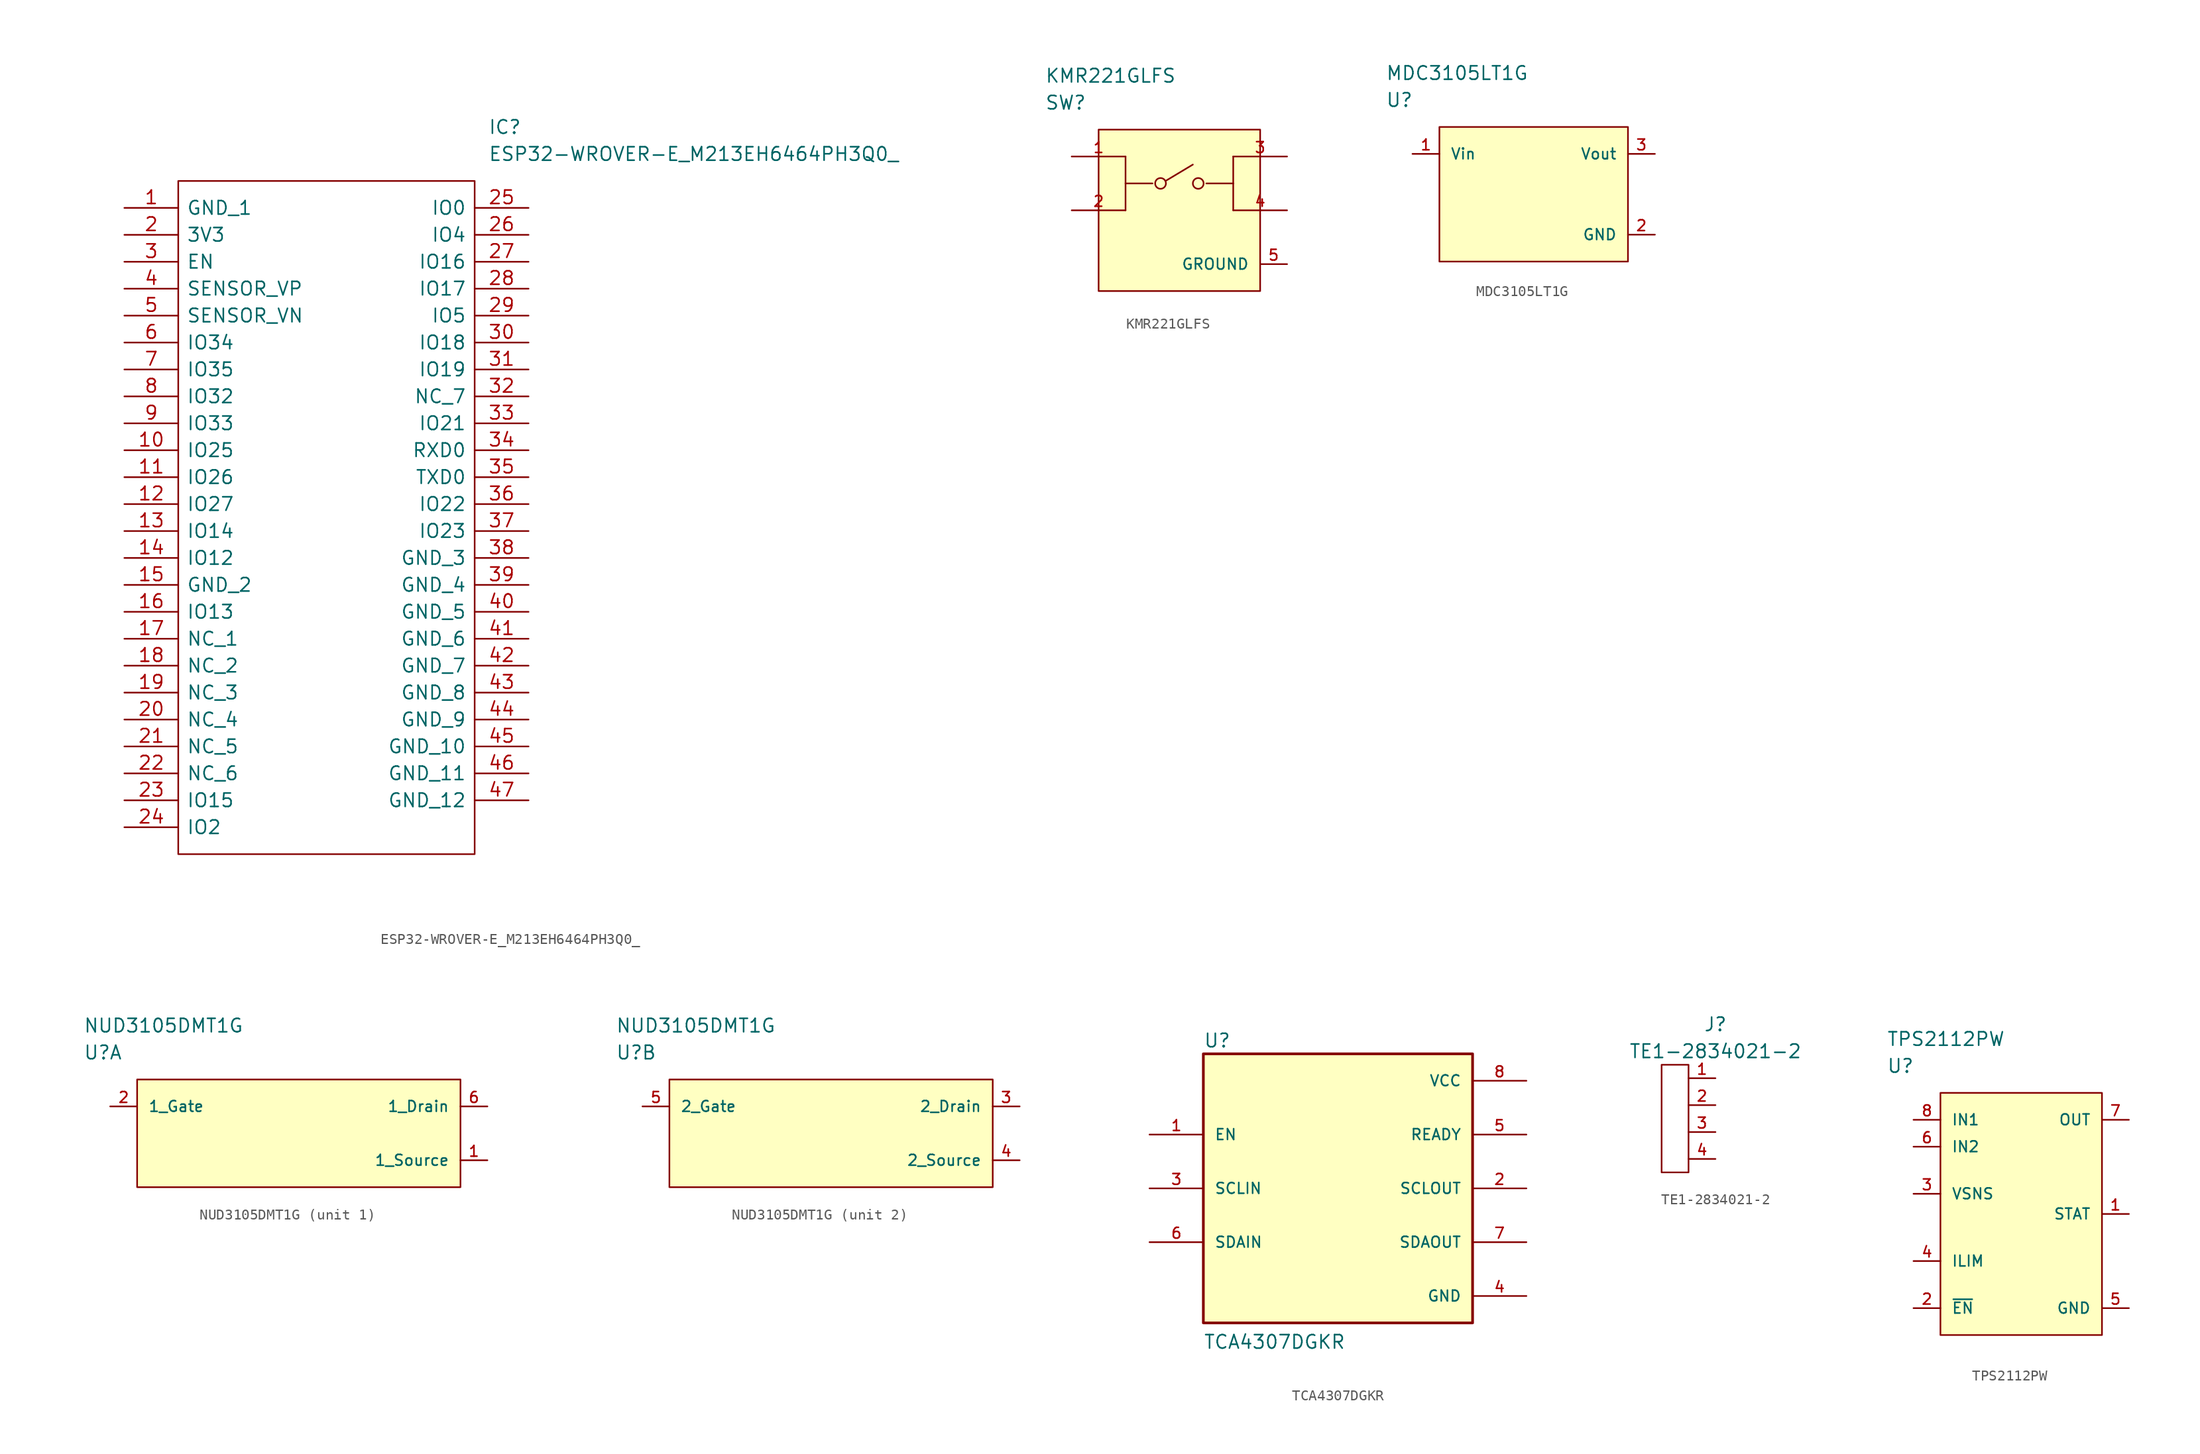
<source format=kicad_sym>
(kicad_symbol_lib
  (version 20201005)
  (generator kicad_symbol_editor)
  (symbol "reptile-monitor:ESP32-WROVER-E_M213EH6464PH3Q0_"
    (pin_names
      (offset 0.762))
    (property "Reference" "IC"
      (at 34.29 7.62 0)
      (effects (font (size 1.27 1.27)) (justify left)))
    (property "Value" "ESP32-WROVER-E_M213EH6464PH3Q0_"
      (at 34.29 5.08 0)
      (effects (font (size 1.27 1.27)) (justify left)))
    (symbol "ESP32-WROVER-E_M213EH6464PH3Q0__0_0"
      (pin passive line (at 0 0 0) (length 5.08) (name "GND_1" (effects (font (size 1.27 1.27)))) (number "1" (effects (font (size 1.27 1.27)))))
      (pin passive line (at 0 -22.86 0) (length 5.08) (name "IO25" (effects (font (size 1.27 1.27)))) (number "10" (effects (font (size 1.27 1.27)))))
      (pin passive line (at 0 -25.4 0) (length 5.08) (name "IO26" (effects (font (size 1.27 1.27)))) (number "11" (effects (font (size 1.27 1.27)))))
      (pin passive line (at 0 -27.94 0) (length 5.08) (name "IO27" (effects (font (size 1.27 1.27)))) (number "12" (effects (font (size 1.27 1.27)))))
      (pin passive line (at 0 -30.48 0) (length 5.08) (name "IO14" (effects (font (size 1.27 1.27)))) (number "13" (effects (font (size 1.27 1.27)))))
      (pin passive line (at 0 -33.02 0) (length 5.08) (name "IO12" (effects (font (size 1.27 1.27)))) (number "14" (effects (font (size 1.27 1.27)))))
      (pin passive line (at 0 -35.56 0) (length 5.08) (name "GND_2" (effects (font (size 1.27 1.27)))) (number "15" (effects (font (size 1.27 1.27)))))
      (pin passive line (at 0 -38.1 0) (length 5.08) (name "IO13" (effects (font (size 1.27 1.27)))) (number "16" (effects (font (size 1.27 1.27)))))
      (pin passive line (at 0 -40.64 0) (length 5.08) (name "NC_1" (effects (font (size 1.27 1.27)))) (number "17" (effects (font (size 1.27 1.27)))))
      (pin passive line (at 0 -43.18 0) (length 5.08) (name "NC_2" (effects (font (size 1.27 1.27)))) (number "18" (effects (font (size 1.27 1.27)))))
      (pin passive line (at 0 -45.72 0) (length 5.08) (name "NC_3" (effects (font (size 1.27 1.27)))) (number "19" (effects (font (size 1.27 1.27)))))
      (pin passive line (at 0 -2.54 0) (length 5.08) (name "3V3" (effects (font (size 1.27 1.27)))) (number "2" (effects (font (size 1.27 1.27)))))
      (pin passive line (at 0 -48.26 0) (length 5.08) (name "NC_4" (effects (font (size 1.27 1.27)))) (number "20" (effects (font (size 1.27 1.27)))))
      (pin passive line (at 0 -50.8 0) (length 5.08) (name "NC_5" (effects (font (size 1.27 1.27)))) (number "21" (effects (font (size 1.27 1.27)))))
      (pin passive line (at 0 -53.34 0) (length 5.08) (name "NC_6" (effects (font (size 1.27 1.27)))) (number "22" (effects (font (size 1.27 1.27)))))
      (pin passive line (at 0 -55.88 0) (length 5.08) (name "IO15" (effects (font (size 1.27 1.27)))) (number "23" (effects (font (size 1.27 1.27)))))
      (pin passive line (at 0 -58.42 0) (length 5.08) (name "IO2" (effects (font (size 1.27 1.27)))) (number "24" (effects (font (size 1.27 1.27)))))
      (pin passive line (at 38.1 0 180) (length 5.08) (name "IO0" (effects (font (size 1.27 1.27)))) (number "25" (effects (font (size 1.27 1.27)))))
      (pin passive line (at 38.1 -2.54 180) (length 5.08) (name "IO4" (effects (font (size 1.27 1.27)))) (number "26" (effects (font (size 1.27 1.27)))))
      (pin passive line (at 38.1 -5.08 180) (length 5.08) (name "IO16" (effects (font (size 1.27 1.27)))) (number "27" (effects (font (size 1.27 1.27)))))
      (pin passive line (at 38.1 -7.62 180) (length 5.08) (name "IO17" (effects (font (size 1.27 1.27)))) (number "28" (effects (font (size 1.27 1.27)))))
      (pin passive line (at 38.1 -10.16 180) (length 5.08) (name "IO5" (effects (font (size 1.27 1.27)))) (number "29" (effects (font (size 1.27 1.27)))))
      (pin passive line (at 0 -5.08 0) (length 5.08) (name "EN" (effects (font (size 1.27 1.27)))) (number "3" (effects (font (size 1.27 1.27)))))
      (pin passive line (at 38.1 -12.7 180) (length 5.08) (name "IO18" (effects (font (size 1.27 1.27)))) (number "30" (effects (font (size 1.27 1.27)))))
      (pin passive line (at 38.1 -15.24 180) (length 5.08) (name "IO19" (effects (font (size 1.27 1.27)))) (number "31" (effects (font (size 1.27 1.27)))))
      (pin passive line (at 38.1 -17.78 180) (length 5.08) (name "NC_7" (effects (font (size 1.27 1.27)))) (number "32" (effects (font (size 1.27 1.27)))))
      (pin passive line (at 38.1 -20.32 180) (length 5.08) (name "IO21" (effects (font (size 1.27 1.27)))) (number "33" (effects (font (size 1.27 1.27)))))
      (pin passive line (at 38.1 -22.86 180) (length 5.08) (name "RXD0" (effects (font (size 1.27 1.27)))) (number "34" (effects (font (size 1.27 1.27)))))
      (pin passive line (at 38.1 -25.4 180) (length 5.08) (name "TXD0" (effects (font (size 1.27 1.27)))) (number "35" (effects (font (size 1.27 1.27)))))
      (pin passive line (at 38.1 -27.94 180) (length 5.08) (name "IO22" (effects (font (size 1.27 1.27)))) (number "36" (effects (font (size 1.27 1.27)))))
      (pin passive line (at 38.1 -30.48 180) (length 5.08) (name "IO23" (effects (font (size 1.27 1.27)))) (number "37" (effects (font (size 1.27 1.27)))))
      (pin passive line (at 38.1 -33.02 180) (length 5.08) (name "GND_3" (effects (font (size 1.27 1.27)))) (number "38" (effects (font (size 1.27 1.27)))))
      (pin passive line (at 38.1 -35.56 180) (length 5.08) (name "GND_4" (effects (font (size 1.27 1.27)))) (number "39" (effects (font (size 1.27 1.27)))))
      (pin passive line (at 0 -7.62 0) (length 5.08) (name "SENSOR_VP" (effects (font (size 1.27 1.27)))) (number "4" (effects (font (size 1.27 1.27)))))
      (pin passive line (at 38.1 -38.1 180) (length 5.08) (name "GND_5" (effects (font (size 1.27 1.27)))) (number "40" (effects (font (size 1.27 1.27)))))
      (pin passive line (at 38.1 -40.64 180) (length 5.08) (name "GND_6" (effects (font (size 1.27 1.27)))) (number "41" (effects (font (size 1.27 1.27)))))
      (pin passive line (at 38.1 -43.18 180) (length 5.08) (name "GND_7" (effects (font (size 1.27 1.27)))) (number "42" (effects (font (size 1.27 1.27)))))
      (pin passive line (at 38.1 -45.72 180) (length 5.08) (name "GND_8" (effects (font (size 1.27 1.27)))) (number "43" (effects (font (size 1.27 1.27)))))
      (pin passive line (at 38.1 -48.26 180) (length 5.08) (name "GND_9" (effects (font (size 1.27 1.27)))) (number "44" (effects (font (size 1.27 1.27)))))
      (pin passive line (at 38.1 -50.8 180) (length 5.08) (name "GND_10" (effects (font (size 1.27 1.27)))) (number "45" (effects (font (size 1.27 1.27)))))
      (pin passive line (at 38.1 -53.34 180) (length 5.08) (name "GND_11" (effects (font (size 1.27 1.27)))) (number "46" (effects (font (size 1.27 1.27)))))
      (pin passive line (at 38.1 -55.88 180) (length 5.08) (name "GND_12" (effects (font (size 1.27 1.27)))) (number "47" (effects (font (size 1.27 1.27)))))
      (pin passive line (at 0 -10.16 0) (length 5.08) (name "SENSOR_VN" (effects (font (size 1.27 1.27)))) (number "5" (effects (font (size 1.27 1.27)))))
      (pin passive line (at 0 -12.7 0) (length 5.08) (name "IO34" (effects (font (size 1.27 1.27)))) (number "6" (effects (font (size 1.27 1.27)))))
      (pin passive line (at 0 -15.24 0) (length 5.08) (name "IO35" (effects (font (size 1.27 1.27)))) (number "7" (effects (font (size 1.27 1.27)))))
      (pin passive line (at 0 -17.78 0) (length 5.08) (name "IO32" (effects (font (size 1.27 1.27)))) (number "8" (effects (font (size 1.27 1.27)))))
      (pin passive line (at 0 -20.32 0) (length 5.08) (name "IO33" (effects (font (size 1.27 1.27)))) (number "9" (effects (font (size 1.27 1.27))))))
    (symbol "ESP32-WROVER-E_M213EH6464PH3Q0__0_1"
      (polyline (pts (xy 5.08 2.54) (xy 33.02 2.54) (xy 33.02 -60.96) (xy 5.08 -60.96) (xy 5.08 2.54)) (stroke (width 0.152)) (fill (type none)))))
  (symbol "reptile-monitor:KMR221GLFS"
    (pin_names
      (offset 1.016))
    (property "Reference" "SW"
      (at 0 5.08 0)
      (effects (font (size 1.27 1.27)) (justify left)))
    (property "Value" "KMR221GLFS"
      (at 0 7.62 0)
      (effects (font (size 1.27 1.27)) (justify left)))
    (symbol "KMR221GLFS_1_1"
      (circle (center 10.922 -2.54) (radius 0.508) (stroke (width 0)) (fill (type none)))
      (circle (center 14.478 -2.54) (radius 0.508) (stroke (width 0)) (fill (type none)))
      (rectangle (start 5.08 2.54) (end 20.32 -12.7) (stroke (width 0)) (fill (type background)))
      (polyline (pts (xy 7.62 -5.08) (xy 7.62 -2.54)) (stroke (width 0)) (fill (type none)))
      (polyline (pts (xy 7.62 -2.54) (xy 10.16 -2.54)) (stroke (width 0)) (fill (type none)))
      (polyline (pts (xy 7.62 0) (xy 7.62 -2.54)) (stroke (width 0)) (fill (type none)))
      (polyline (pts (xy 11.43 -2.286) (xy 13.97 -0.762)) (stroke (width 0)) (fill (type none)))
      (polyline (pts (xy 15.24 -2.54) (xy 17.78 -2.54)) (stroke (width 0)) (fill (type none)))
      (polyline (pts (xy 17.78 -2.54) (xy 17.78 -5.08)) (stroke (width 0)) (fill (type none)))
      (polyline (pts (xy 17.78 -2.54) (xy 17.78 0)) (stroke (width 0)) (fill (type none)))
      (pin passive line (at 2.54 0 0) (length 5.08) (name "1" (effects (font (size 0 0)))) (number "1" (effects (font (size 1.016 1.016)))))
      (pin passive line (at 2.54 -5.08 0) (length 5.08) (name "2" (effects (font (size 0 0)))) (number "2" (effects (font (size 1.016 1.016)))))
      (pin passive line (at 22.86 0 180) (length 5.08) (name "3" (effects (font (size 0 0)))) (number "3" (effects (font (size 1.016 1.016)))))
      (pin passive line (at 22.86 -5.08 180) (length 5.08) (name "4" (effects (font (size 0 0)))) (number "4" (effects (font (size 1.016 1.016)))))
      (pin power_in line (at 22.86 -10.16 180) (length 2.54) (name "GROUND" (effects (font (size 1.016 1.016)))) (number "5" (effects (font (size 1.016 1.016)))))))
  (symbol "reptile-monitor:MDC3105LT1G"
    (pin_names
      (offset 1.016))
    (property "Reference" "U"
      (at 0 5.08 0)
      (effects (font (size 1.27 1.27)) (justify left)))
    (property "Value" "MDC3105LT1G"
      (at 0 7.62 0)
      (effects (font (size 1.27 1.27)) (justify left)))
    (property "ki_locked" ""
      (at 0 0 0)
      (effects (font (size 1.27 1.27))))
    (symbol "MDC3105LT1G_1_1"
      (rectangle (start 5.08 2.54) (end 22.86 -10.16) (stroke (width 0)) (fill (type background)))
      (pin input line (at 2.54 0 0) (length 2.54) (name "Vin" (effects (font (size 1.016 1.016)))) (number "1" (effects (font (size 1.016 1.016)))))
      (pin power_in line (at 25.4 -7.62 180) (length 2.54) (name "GND" (effects (font (size 1.016 1.016)))) (number "2" (effects (font (size 1.016 1.016)))))
      (pin output line (at 25.4 0 180) (length 2.54) (name "Vout" (effects (font (size 1.016 1.016)))) (number "3" (effects (font (size 1.016 1.016)))))))
  (symbol "reptile-monitor:NUD3105DMT1G"
    (pin_names
      (offset 1.016))
    (property "Reference" "U"
      (at 0 5.08 0)
      (effects (font (size 1.27 1.27)) (justify left)))
    (property "Value" "NUD3105DMT1G"
      (at 0 7.62 0)
      (effects (font (size 1.27 1.27)) (justify left)))
    (property "ki_locked" ""
      (at 0 0 0)
      (effects (font (size 1.27 1.27))))
    (symbol "NUD3105DMT1G_1_1"
      (rectangle (start 5.08 2.54) (end 35.56 -7.62) (stroke (width 0)) (fill (type background)))
      (pin unspecified line (at 38.1 -5.08 180) (length 2.54) (name "1_Source" (effects (font (size 1.016 1.016)))) (number "1" (effects (font (size 1.016 1.016)))))
      (pin unspecified line (at 2.54 0 0) (length 2.54) (name "1_Gate" (effects (font (size 1.016 1.016)))) (number "2" (effects (font (size 1.016 1.016)))))
      (pin unspecified line (at 38.1 0 180) (length 2.54) (name "1_Drain" (effects (font (size 1.016 1.016)))) (number "6" (effects (font (size 1.016 1.016))))))
    (symbol "NUD3105DMT1G_2_1"
      (rectangle (start 5.08 2.54) (end 35.56 -7.62) (stroke (width 0)) (fill (type background)))
      (pin unspecified line (at 38.1 0 180) (length 2.54) (name "2_Drain" (effects (font (size 1.016 1.016)))) (number "3" (effects (font (size 1.016 1.016)))))
      (pin unspecified line (at 38.1 -5.08 180) (length 2.54) (name "2_Source" (effects (font (size 1.016 1.016)))) (number "4" (effects (font (size 1.016 1.016)))))
      (pin unspecified line (at 2.54 0 0) (length 2.54) (name "2_Gate" (effects (font (size 1.016 1.016)))) (number "5" (effects (font (size 1.016 1.016)))))))
  (symbol "reptile-monitor:TCA4307DGKR"
    (pin_names
      (offset 1.016))
    (property "Reference" "U"
      (at -12.7 13.208 0)
      (effects (font (size 1.27 1.27)) (justify left bottom)))
    (property "Value" "TCA4307DGKR"
      (at -12.7 -15.24 0)
      (effects (font (size 1.27 1.27)) (justify left bottom)))
    (symbol "TCA4307DGKR_0_0"
      (rectangle (start -12.7 -12.7) (end 12.7 12.7) (stroke (width 0.254)) (fill (type background)))
      (pin input line (at -17.78 5.08 0) (length 5.08) (name "EN" (effects (font (size 1.016 1.016)))) (number "1" (effects (font (size 1.016 1.016)))))
      (pin output line (at 17.78 0 180) (length 5.08) (name "SCLOUT" (effects (font (size 1.016 1.016)))) (number "2" (effects (font (size 1.016 1.016)))))
      (pin input line (at -17.78 0 0) (length 5.08) (name "SCLIN" (effects (font (size 1.016 1.016)))) (number "3" (effects (font (size 1.016 1.016)))))
      (pin power_in line (at 17.78 -10.16 180) (length 5.08) (name "GND" (effects (font (size 1.016 1.016)))) (number "4" (effects (font (size 1.016 1.016)))))
      (pin output line (at 17.78 5.08 180) (length 5.08) (name "READY" (effects (font (size 1.016 1.016)))) (number "5" (effects (font (size 1.016 1.016)))))
      (pin input line (at -17.78 -5.08 0) (length 5.08) (name "SDAIN" (effects (font (size 1.016 1.016)))) (number "6" (effects (font (size 1.016 1.016)))))
      (pin output line (at 17.78 -5.08 180) (length 5.08) (name "SDAOUT" (effects (font (size 1.016 1.016)))) (number "7" (effects (font (size 1.016 1.016)))))
      (pin power_in line (at 17.78 10.16 180) (length 5.08) (name "VCC" (effects (font (size 1.016 1.016)))) (number "8" (effects (font (size 1.016 1.016)))))))
  (symbol "reptile-monitor:TE1-2834021-2"
    (pin_names hide)
    (property "Reference" "J"
      (at 0 0 0)
      (effects (font (size 1.27 1.27))))
    (property "Value" "TE1-2834021-2"
      (at 0 -2.54 0)
      (effects (font (size 1.27 1.27))))
    (symbol "TE1-2834021-2_0_1"
      (rectangle (start -5.08 -3.81) (end -2.54 -13.97) (stroke (width 0.152)) (fill (type none))))
    (symbol "TE1-2834021-2_1_1"
      (pin unspecified line (at 0 -5.08 180) (length 2.54) (name "" (effects (font (size 1.016 1.016)))) (number "1" (effects (font (size 1.016 1.016)))))
      (pin unspecified line (at 0 -7.62 180) (length 2.54) (name "" (effects (font (size 1.016 1.016)))) (number "2" (effects (font (size 1.016 1.016)))))
      (pin unspecified line (at 0 -10.16 180) (length 2.54) (name "" (effects (font (size 1.016 1.016)))) (number "3" (effects (font (size 1.016 1.016)))))
      (pin unspecified line (at 0 -12.7 180) (length 2.54) (name "" (effects (font (size 1.016 1.016)))) (number "4" (effects (font (size 1.016 1.016)))))))
  (symbol "reptile-monitor:TPS2112PW"
    (pin_names
      (offset 1.016))
    (property "Reference" "U"
      (at 0 5.08 0)
      (effects (font (size 1.27 1.27)) (justify left)))
    (property "Value" "TPS2112PW"
      (at 0 7.62 0)
      (effects (font (size 1.27 1.27)) (justify left)))
    (symbol "TPS2112PW_1_1"
      (rectangle (start 5.08 2.54) (end 20.32 -20.32) (stroke (width 0)) (fill (type background)))
      (pin open_collector line (at 22.86 -8.89 180) (length 2.54) (name "STAT" (effects (font (size 1.016 1.016)))) (number "1" (effects (font (size 1.016 1.016)))))
      (pin input line (at 2.54 -17.78 0) (length 2.54) (name "~EN~" (effects (font (size 1.016 1.016)))) (number "2" (effects (font (size 1.016 1.016)))))
      (pin input line (at 2.54 -6.985 0) (length 2.54) (name "VSNS" (effects (font (size 1.016 1.016)))) (number "3" (effects (font (size 1.016 1.016)))))
      (pin input line (at 2.54 -13.335 0) (length 2.54) (name "ILIM" (effects (font (size 1.016 1.016)))) (number "4" (effects (font (size 1.016 1.016)))))
      (pin power_out line (at 22.86 -17.78 180) (length 2.54) (name "GND" (effects (font (size 1.016 1.016)))) (number "5" (effects (font (size 1.016 1.016)))))
      (pin power_in line (at 2.54 -2.54 0) (length 2.54) (name "IN2" (effects (font (size 1.016 1.016)))) (number "6" (effects (font (size 1.016 1.016)))))
      (pin power_out line (at 22.86 0 180) (length 2.54) (name "OUT" (effects (font (size 1.016 1.016)))) (number "7" (effects (font (size 1.016 1.016)))))
      (pin power_in line (at 2.54 0 0) (length 2.54) (name "IN1" (effects (font (size 1.016 1.016)))) (number "8" (effects (font (size 1.016 1.016))))))))
</source>
